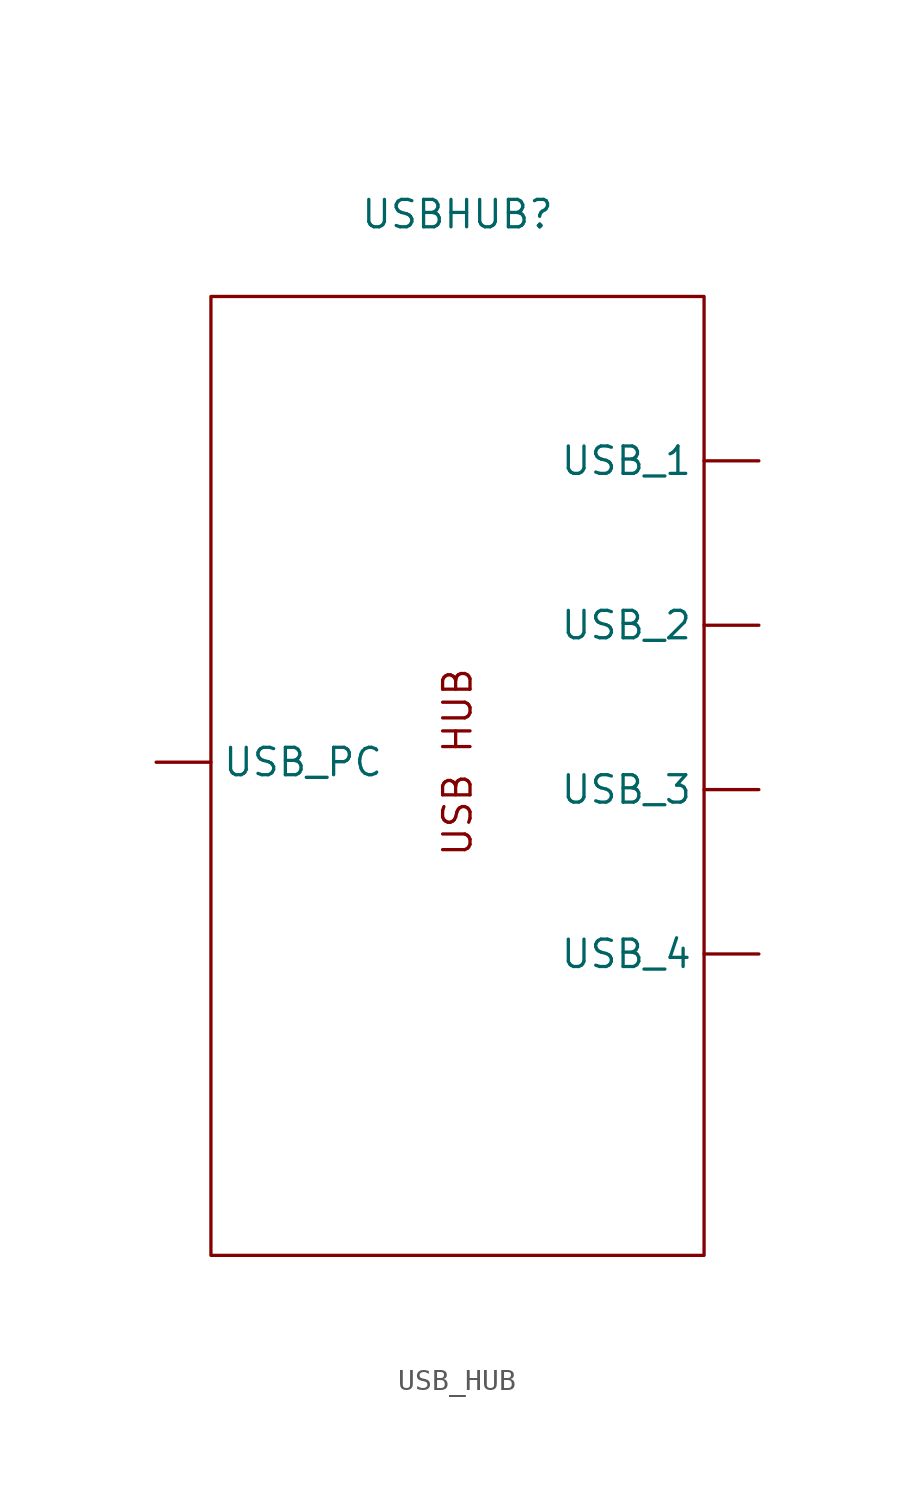
<source format=kicad_sym>
(kicad_symbol_lib
  (version 20220914)
  (generator kicad_symbol_editor)
  (symbol "USB_HUB"
    (property "Reference" "USBHUB"
      (at 0 0 0)
      (effects (font (size 1.27 1.27))))
    (property "Value" ""
      (at 0 0 0)
      (effects (font (size 1.27 1.27))))
    (symbol "USB_HUB_0_1"
      (rectangle (start -11.43 -3.81) (end 11.43 -48.26) (stroke (width 0) (type default)) (fill (type none))))
    (symbol "USB_HUB_1_1"
      (text "USB HUB" (at 0 -25.4 900) (effects (font (size 1.27 1.27))))
      (pin input line (at 13.97 -11.43 180) (length 2.54) (name "USB_1" (effects (font (size 1.27 1.27)))) (number "" (effects (font (size 1.27 1.27)))))
      (pin input line (at 13.97 -19.05 180) (length 2.54) (name "USB_2" (effects (font (size 1.27 1.27)))) (number "" (effects (font (size 1.27 1.27)))))
      (pin input line (at 13.97 -26.67 180) (length 2.54) (name "USB_3" (effects (font (size 1.27 1.27)))) (number "" (effects (font (size 1.27 1.27)))))
      (pin input line (at 13.97 -34.29 180) (length 2.54) (name "USB_4" (effects (font (size 1.27 1.27)))) (number "" (effects (font (size 1.27 1.27)))))
      (pin output line (at -13.97 -25.4 0) (length 2.54) (name "USB_PC" (effects (font (size 1.27 1.27)))) (number "" (effects (font (size 1.27 1.27))))))))
</source>
